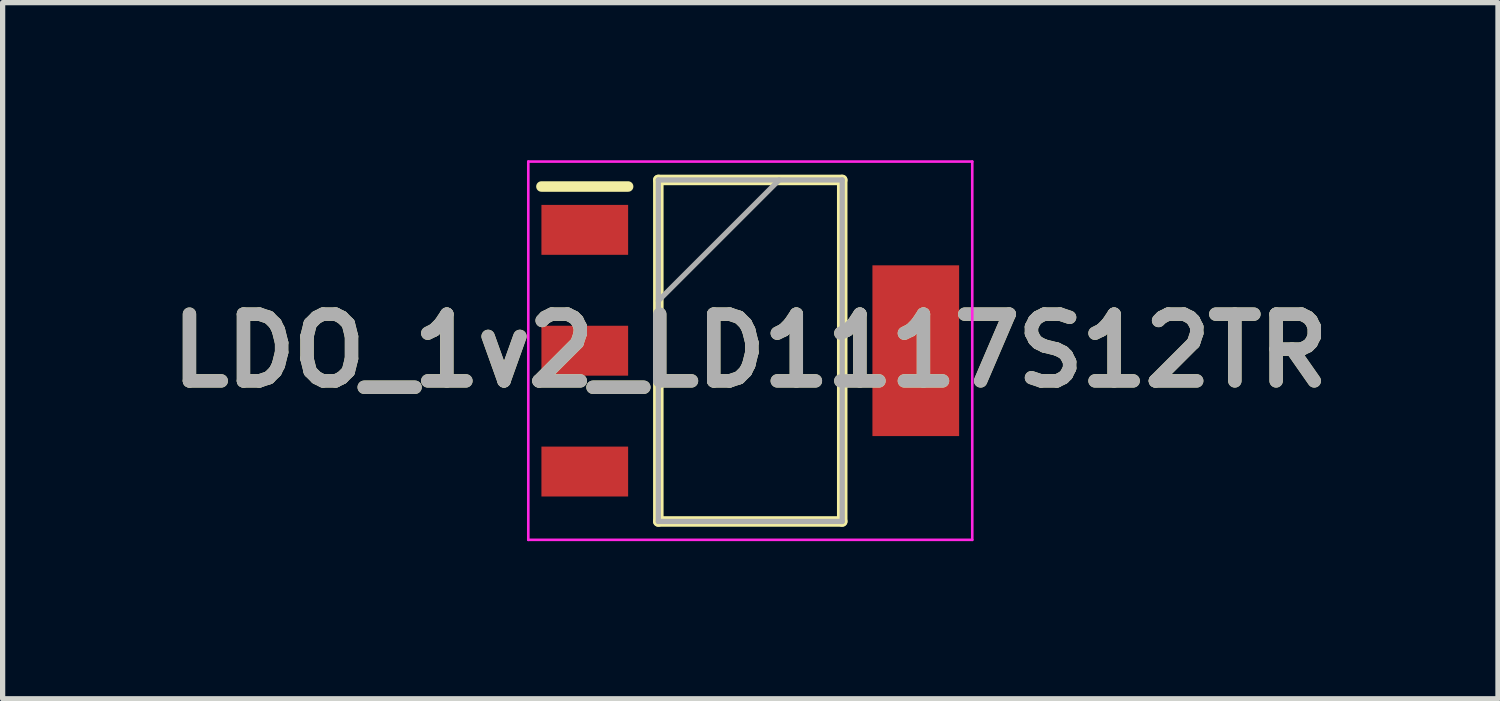
<source format=kicad_pcb>
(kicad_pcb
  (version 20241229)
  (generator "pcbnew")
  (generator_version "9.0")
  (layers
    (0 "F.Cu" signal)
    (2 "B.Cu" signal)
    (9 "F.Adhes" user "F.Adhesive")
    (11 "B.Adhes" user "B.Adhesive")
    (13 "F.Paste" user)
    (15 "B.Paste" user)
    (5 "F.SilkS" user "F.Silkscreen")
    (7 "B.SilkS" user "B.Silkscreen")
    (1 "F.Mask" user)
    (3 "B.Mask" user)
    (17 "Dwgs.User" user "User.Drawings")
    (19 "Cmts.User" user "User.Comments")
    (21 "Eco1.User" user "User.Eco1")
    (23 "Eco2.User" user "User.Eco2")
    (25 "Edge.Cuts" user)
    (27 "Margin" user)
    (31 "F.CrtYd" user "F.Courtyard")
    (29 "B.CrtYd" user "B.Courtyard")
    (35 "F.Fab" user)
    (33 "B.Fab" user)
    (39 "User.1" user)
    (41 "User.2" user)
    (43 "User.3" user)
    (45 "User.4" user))
  (footprint "LDO_1v2_LD1117S12TR"
    (layer "F.Cu")
    (at 11.23 3.625)
    (property "Reference" "LDO_1v2_LD1117S12TR" (at 0 0 0) (layer "F.SilkS") (effects (font (size 1.27 1.27) (thickness 0.254))))
    (attr smd)
    (fp_line (start -3.975 -3.125) (end -2.325 -3.125) (stroke (width 0.2) (type solid)) (layer "F.SilkS"))
    (fp_line (start -1.75 -3.25) (end 1.75 -3.25) (stroke (width 0.2) (type solid)) (layer "F.SilkS"))
    (fp_line (start -1.75 3.25) (end -1.75 -3.25) (stroke (width 0.2) (type solid)) (layer "F.SilkS"))
    (fp_line (start 1.75 -3.25) (end 1.75 3.25) (stroke (width 0.2) (type solid)) (layer "F.SilkS"))
    (fp_line (start 1.75 3.25) (end -1.75 3.25) (stroke (width 0.2) (type solid)) (layer "F.SilkS"))
    (fp_line (start -4.225 -3.6) (end 4.225 -3.6) (stroke (width 0.05) (type solid)) (layer "F.CrtYd"))
    (fp_line (start -4.225 3.6) (end -4.225 -3.6) (stroke (width 0.05) (type solid)) (layer "F.CrtYd"))
    (fp_line (start 4.225 -3.6) (end 4.225 3.6) (stroke (width 0.05) (type solid)) (layer "F.CrtYd"))
    (fp_line (start 4.225 3.6) (end -4.225 3.6) (stroke (width 0.05) (type solid)) (layer "F.CrtYd"))
    (fp_line (start -1.75 -3.25) (end 1.75 -3.25) (stroke (width 0.1) (type solid)) (layer "F.Fab"))
    (fp_line (start -1.75 -0.95) (end 0.55 -3.25) (stroke (width 0.1) (type solid)) (layer "F.Fab"))
    (fp_line (start -1.75 3.25) (end -1.75 -3.25) (stroke (width 0.1) (type solid)) (layer "F.Fab"))
    (fp_line (start 1.75 -3.25) (end 1.75 3.25) (stroke (width 0.1) (type solid)) (layer "F.Fab"))
    (fp_line (start 1.75 3.25) (end -1.75 3.25) (stroke (width 0.1) (type solid)) (layer "F.Fab"))
    (fp_text user "${REFERENCE}" (at 0 0 0) (layer "F.Fab") (effects (font (size 1.27 1.27) (thickness 0.254))))
    (pad "1" smd rect (at -3.15 -2.3 90) (size 0.95 1.65) (layers "F.Cu" "F.Mask" "F.Paste"))
    (pad "2" smd rect (at -3.15 0 90) (size 0.95 1.65) (layers "F.Cu" "F.Mask" "F.Paste"))
    (pad "3" smd rect (at -3.15 2.3 90) (size 0.95 1.65) (layers "F.Cu" "F.Mask" "F.Paste"))
    (pad "4" smd rect (at 3.15 0) (size 1.65 3.25) (layers "F.Cu" "F.Mask" "F.Paste")))
  (gr_rect
    (start -3 -3)
    (end 25.461 10.25)
    (stroke (width 0.1) (type default))
    (fill no)
    (layer "Edge.Cuts")))
</source>
